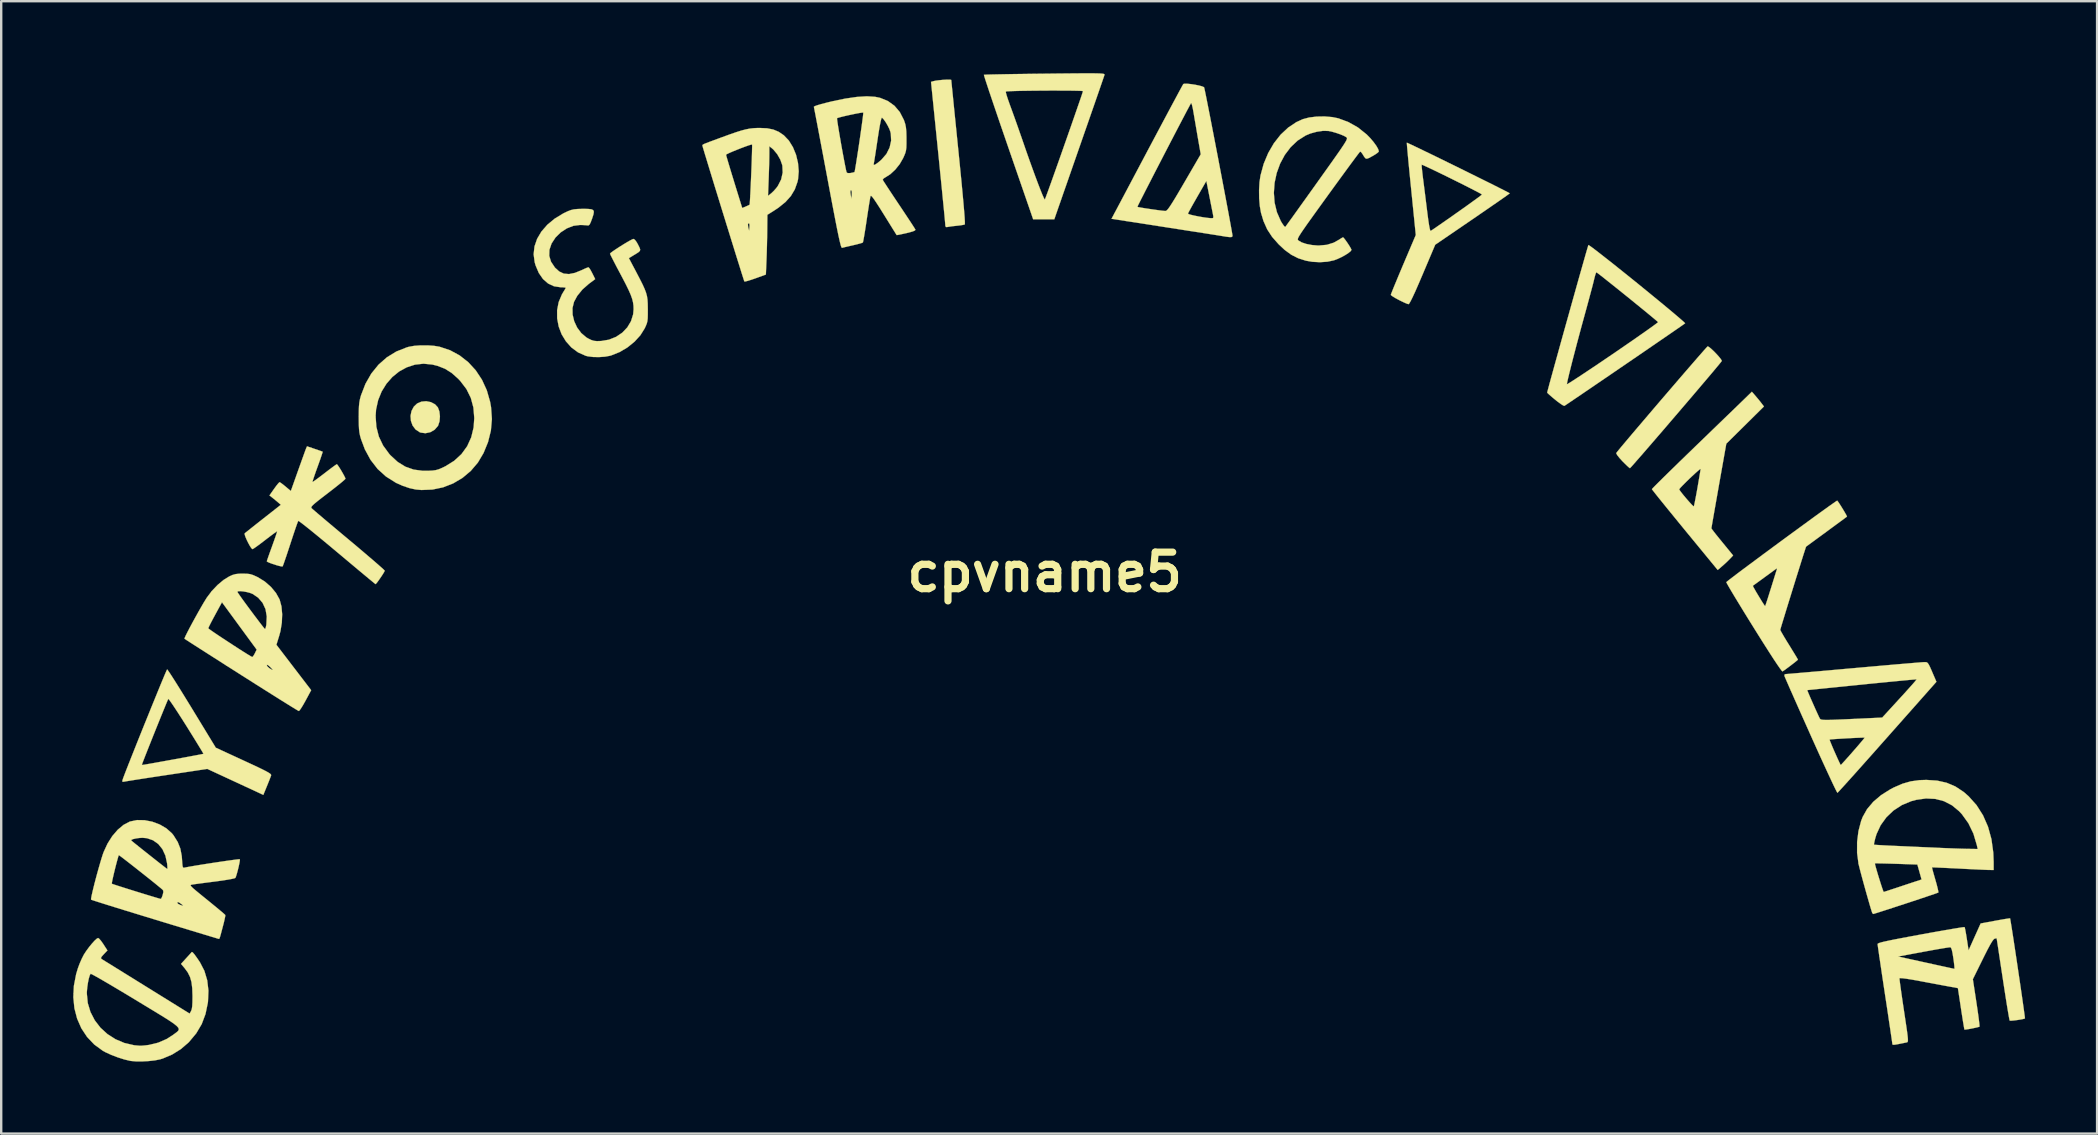
<source format=kicad_pcb>
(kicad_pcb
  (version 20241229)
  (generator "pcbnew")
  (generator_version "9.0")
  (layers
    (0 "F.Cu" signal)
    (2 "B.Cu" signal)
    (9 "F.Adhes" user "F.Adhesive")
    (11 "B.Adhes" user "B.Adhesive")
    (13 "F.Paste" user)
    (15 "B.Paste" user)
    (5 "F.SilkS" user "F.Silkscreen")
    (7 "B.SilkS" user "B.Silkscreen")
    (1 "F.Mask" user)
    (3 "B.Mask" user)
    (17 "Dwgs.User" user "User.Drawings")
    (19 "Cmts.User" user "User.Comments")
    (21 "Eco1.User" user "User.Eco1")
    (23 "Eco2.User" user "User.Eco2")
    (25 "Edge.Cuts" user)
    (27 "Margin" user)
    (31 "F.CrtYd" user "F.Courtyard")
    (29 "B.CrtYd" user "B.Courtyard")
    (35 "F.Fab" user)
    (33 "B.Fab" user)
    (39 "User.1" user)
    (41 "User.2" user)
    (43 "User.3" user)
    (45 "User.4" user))
  (footprint "cpvname5"
    (layer "F.Cu")
    (at 40.47 20.785)
    (property "Reference" "cpvname5" (at 0 0 0) (layer "F.SilkS") (effects (font (size 1.524 1.524) (thickness 0.3))))
    (attr through_hole)
    (fp_poly (pts (xy -25.568 -7.082) (xy -25.397 -6.992) (xy -25.278 -6.863) (xy -25.216 -6.695) (xy -25.193 -6.491) (xy -25.209 -6.284) (xy -25.266 -6.11) (xy -25.277 -6.089) (xy -25.415 -5.932) (xy -25.595 -5.829) (xy -25.797 -5.787) (xy -25.997 -5.814) (xy -26.035 -5.828) (xy -26.208 -5.943) (xy -26.331 -6.106) (xy -26.401 -6.301) (xy -26.417 -6.509) (xy -26.377 -6.713) (xy -26.28 -6.895) (xy -26.142 -7.026) (xy -25.963 -7.103) (xy -25.764 -7.121) (xy -25.568 -7.082)) (stroke (width 0.01) (type solid)) (fill yes) (layer "F.SilkS"))
    (fp_poly (pts (xy -3.902 -20.51) (xy -3.891 -20.502) (xy -3.887 -20.456) (xy -3.875 -20.333) (xy -3.856 -20.141) (xy -3.83 -19.886) (xy -3.799 -19.575) (xy -3.763 -19.214) (xy -3.722 -18.81) (xy -3.677 -18.37) (xy -3.63 -17.9) (xy -3.588 -17.489) (xy -3.524 -16.849) (xy -3.468 -16.284) (xy -3.422 -15.793) (xy -3.384 -15.379) (xy -3.355 -15.041) (xy -3.335 -14.782) (xy -3.325 -14.603) (xy -3.324 -14.505) (xy -3.328 -14.485) (xy -3.387 -14.468) (xy -3.503 -14.449) (xy -3.652 -14.431) (xy -3.661 -14.43) (xy -3.821 -14.413) (xy -3.959 -14.394) (xy -4.046 -14.379) (xy -4.112 -14.375) (xy -4.137 -14.423) (xy -4.14 -14.476) (xy -4.145 -14.536) (xy -4.157 -14.672) (xy -4.176 -14.878) (xy -4.202 -15.145) (xy -4.234 -15.467) (xy -4.27 -15.837) (xy -4.311 -16.248) (xy -4.356 -16.693) (xy -4.403 -17.165) (xy -4.438 -17.509) (xy -4.734 -20.424) (xy -4.637 -20.453) (xy -4.534 -20.475) (xy -4.395 -20.493) (xy -4.241 -20.508) (xy -4.093 -20.516) (xy -3.973 -20.518) (xy -3.902 -20.51)) (stroke (width 0.01) (type solid)) (fill yes) (layer "F.SilkS"))
    (fp_poly (pts (xy 27.668 -9.385) (xy 27.754 -9.317) (xy 27.862 -9.217) (xy 27.977 -9.1) (xy 28.082 -8.984) (xy 28.164 -8.883) (xy 28.206 -8.814) (xy 28.208 -8.797) (xy 28.178 -8.756) (xy 28.1 -8.659) (xy 27.978 -8.513) (xy 27.819 -8.322) (xy 27.627 -8.095) (xy 27.407 -7.836) (xy 27.165 -7.551) (xy 26.907 -7.248) (xy 26.636 -6.931) (xy 26.36 -6.608) (xy 26.081 -6.283) (xy 25.808 -5.964) (xy 25.543 -5.657) (xy 25.293 -5.367) (xy 25.062 -5.1) (xy 24.857 -4.863) (xy 24.681 -4.663) (xy 24.542 -4.504) (xy 24.443 -4.393) (xy 24.389 -4.337) (xy 24.382 -4.33) (xy 24.343 -4.358) (xy 24.26 -4.433) (xy 24.148 -4.542) (xy 24.072 -4.618) (xy 23.946 -4.756) (xy 23.857 -4.868) (xy 23.814 -4.943) (xy 23.813 -4.962) (xy 23.844 -5.004) (xy 23.923 -5.101) (xy 24.045 -5.249) (xy 24.206 -5.44) (xy 24.399 -5.669) (xy 24.619 -5.929) (xy 24.862 -6.214) (xy 25.121 -6.518) (xy 25.391 -6.835) (xy 25.668 -7.159) (xy 25.946 -7.483) (xy 26.22 -7.801) (xy 26.483 -8.108) (xy 26.732 -8.396) (xy 26.961 -8.66) (xy 27.164 -8.894) (xy 27.336 -9.091) (xy 27.472 -9.246) (xy 27.567 -9.351) (xy 27.615 -9.402) (xy 27.619 -9.405) (xy 27.668 -9.385)) (stroke (width 0.01) (type solid)) (fill yes) (layer "F.SilkS"))
    (fp_poly (pts (xy 29.607 -7.349) (xy 29.716 -7.22) (xy 29.822 -7.089) (xy 29.858 -7.042) (xy 29.965 -6.902) (xy 28.397 -5.351) (xy 28.086 -3.602) (xy 28.021 -3.231) (xy 27.96 -2.886) (xy 27.905 -2.574) (xy 27.858 -2.306) (xy 27.82 -2.089) (xy 27.793 -1.931) (xy 27.778 -1.842) (xy 27.776 -1.826) (xy 27.801 -1.786) (xy 27.87 -1.694) (xy 27.975 -1.56) (xy 28.108 -1.395) (xy 28.229 -1.247) (xy 28.681 -0.695) (xy 28.546 -0.552) (xy 28.434 -0.44) (xy 28.298 -0.314) (xy 28.225 -0.25) (xy 28.039 -0.09) (xy 26.668 -1.758) (xy 26.405 -2.079) (xy 26.159 -2.381) (xy 25.934 -2.657) (xy 25.735 -2.903) (xy 25.567 -3.111) (xy 25.436 -3.276) (xy 25.346 -3.391) (xy 25.304 -3.448) (xy 26.434 -3.448) (xy 26.469 -3.392) (xy 26.541 -3.296) (xy 26.638 -3.176) (xy 26.747 -3.047) (xy 26.855 -2.924) (xy 26.948 -2.822) (xy 27.015 -2.756) (xy 27.042 -2.739) (xy 27.057 -2.788) (xy 27.082 -2.905) (xy 27.116 -3.077) (xy 27.156 -3.291) (xy 27.197 -3.519) (xy 27.238 -3.759) (xy 27.274 -3.971) (xy 27.303 -4.142) (xy 27.321 -4.257) (xy 27.326 -4.302) (xy 27.298 -4.287) (xy 27.221 -4.224) (xy 27.105 -4.121) (xy 26.96 -3.987) (xy 26.875 -3.907) (xy 26.719 -3.755) (xy 26.588 -3.624) (xy 26.491 -3.522) (xy 26.44 -3.46) (xy 26.434 -3.448) (xy 25.304 -3.448) (xy 25.301 -3.451) (xy 25.298 -3.458) (xy 25.327 -3.492) (xy 25.41 -3.578) (xy 25.543 -3.711) (xy 25.72 -3.887) (xy 25.937 -4.1) (xy 26.189 -4.346) (xy 26.469 -4.62) (xy 26.775 -4.916) (xy 27.1 -5.231) (xy 27.182 -5.31) (xy 27.518 -5.634) (xy 27.84 -5.946) (xy 28.144 -6.24) (xy 28.424 -6.51) (xy 28.674 -6.751) (xy 28.888 -6.958) (xy 29.06 -7.125) (xy 29.186 -7.247) (xy 29.259 -7.317) (xy 29.264 -7.323) (xy 29.462 -7.516) (xy 29.607 -7.349)) (stroke (width 0.01) (type solid)) (fill yes) (layer "F.SilkS"))
    (fp_poly (pts (xy -25.436 -9.428) (xy -25.208 -9.39) (xy -24.77 -9.244) (xy -24.37 -9.027) (xy -24.011 -8.745) (xy -23.7 -8.406) (xy -23.441 -8.014) (xy -23.24 -7.576) (xy -23.103 -7.098) (xy -23.063 -6.873) (xy -23.028 -6.378) (xy -23.07 -5.896) (xy -23.189 -5.418) (xy -23.376 -4.962) (xy -23.612 -4.564) (xy -23.907 -4.218) (xy -24.252 -3.928) (xy -24.639 -3.698) (xy -25.058 -3.534) (xy -25.501 -3.441) (xy -25.959 -3.422) (xy -26.199 -3.443) (xy -26.456 -3.499) (xy -26.741 -3.595) (xy -27.02 -3.719) (xy -27.036 -3.728) (xy -27.44 -3.983) (xy -27.789 -4.299) (xy -28.082 -4.677) (xy -28.32 -5.115) (xy -28.479 -5.54) (xy -28.519 -5.68) (xy -28.546 -5.813) (xy -28.563 -5.959) (xy -28.572 -6.139) (xy -28.575 -6.376) (xy -28.575 -6.454) (xy -28.575 -6.496) (xy -27.872 -6.496) (xy -27.841 -6.053) (xy -27.738 -5.648) (xy -27.56 -5.274) (xy -27.306 -4.927) (xy -27.255 -4.869) (xy -26.955 -4.593) (xy -26.636 -4.395) (xy -26.288 -4.272) (xy -25.904 -4.221) (xy -25.695 -4.221) (xy -25.505 -4.231) (xy -25.363 -4.25) (xy -25.236 -4.287) (xy -25.092 -4.349) (xy -24.963 -4.412) (xy -24.598 -4.639) (xy -24.295 -4.918) (xy -24.058 -5.245) (xy -23.889 -5.616) (xy -23.789 -6.028) (xy -23.762 -6.418) (xy -23.798 -6.857) (xy -23.906 -7.258) (xy -24.088 -7.626) (xy -24.347 -7.966) (xy -24.434 -8.058) (xy -24.705 -8.299) (xy -24.982 -8.473) (xy -25.29 -8.593) (xy -25.51 -8.648) (xy -25.877 -8.684) (xy -26.234 -8.644) (xy -26.575 -8.533) (xy -26.891 -8.36) (xy -27.176 -8.129) (xy -27.421 -7.849) (xy -27.621 -7.526) (xy -27.767 -7.166) (xy -27.853 -6.777) (xy -27.872 -6.496) (xy -28.575 -6.496) (xy -28.573 -6.711) (xy -28.566 -6.905) (xy -28.551 -7.059) (xy -28.527 -7.194) (xy -28.491 -7.331) (xy -28.479 -7.37) (xy -28.294 -7.848) (xy -28.051 -8.273) (xy -27.753 -8.641) (xy -27.405 -8.948) (xy -27.011 -9.19) (xy -26.575 -9.363) (xy -26.486 -9.388) (xy -26.267 -9.427) (xy -25.998 -9.447) (xy -25.711 -9.447) (xy -25.436 -9.428)) (stroke (width 0.01) (type solid)) (fill yes) (layer "F.SilkS"))
    (fp_poly (pts (xy -36.529 4.085) (xy -36.463 4.181) (xy -36.362 4.334) (xy -36.232 4.538) (xy -36.077 4.785) (xy -35.901 5.068) (xy -35.709 5.38) (xy -35.526 5.678) (xy -34.53 7.314) (xy -33.366 7.851) (xy -33.038 8.003) (xy -32.777 8.125) (xy -32.577 8.222) (xy -32.43 8.297) (xy -32.329 8.354) (xy -32.265 8.397) (xy -32.233 8.43) (xy -32.224 8.458) (xy -32.227 8.471) (xy -32.253 8.544) (xy -32.303 8.672) (xy -32.367 8.833) (xy -32.401 8.916) (xy -32.55 9.28) (xy -33.717 8.738) (xy -34.884 8.197) (xy -36.584 8.453) (xy -36.95 8.508) (xy -37.293 8.56) (xy -37.603 8.608) (xy -37.872 8.65) (xy -38.091 8.685) (xy -38.252 8.711) (xy -38.344 8.727) (xy -38.362 8.731) (xy -38.416 8.735) (xy -38.421 8.686) (xy -38.414 8.655) (xy -38.391 8.587) (xy -38.341 8.454) (xy -38.268 8.263) (xy -38.174 8.025) (xy -37.609 8.025) (xy -37.606 8.029) (xy -37.591 8.031) (xy -37.557 8.028) (xy -37.496 8.019) (xy -37.399 8.002) (xy -37.259 7.978) (xy -37.068 7.944) (xy -36.819 7.899) (xy -36.503 7.842) (xy -36.199 7.787) (xy -35.904 7.733) (xy -35.636 7.683) (xy -35.407 7.64) (xy -35.225 7.606) (xy -35.101 7.581) (xy -35.047 7.569) (xy -35.045 7.568) (xy -35.063 7.532) (xy -35.121 7.434) (xy -35.213 7.282) (xy -35.334 7.085) (xy -35.478 6.851) (xy -35.642 6.588) (xy -35.757 6.403) (xy -35.931 6.128) (xy -36.092 5.878) (xy -36.234 5.661) (xy -36.352 5.485) (xy -36.441 5.359) (xy -36.494 5.29) (xy -36.508 5.279) (xy -36.529 5.322) (xy -36.576 5.432) (xy -36.644 5.597) (xy -36.73 5.807) (xy -36.83 6.052) (xy -36.938 6.32) (xy -37.051 6.6) (xy -37.164 6.882) (xy -37.273 7.156) (xy -37.374 7.409) (xy -37.462 7.633) (xy -37.533 7.815) (xy -37.583 7.945) (xy -37.607 8.012) (xy -37.608 8.019) (xy -37.609 8.025) (xy -38.174 8.025) (xy -38.173 8.023) (xy -38.062 7.741) (xy -37.937 7.427) (xy -37.802 7.087) (xy -37.659 6.731) (xy -37.513 6.367) (xy -37.365 6.003) (xy -37.221 5.646) (xy -37.082 5.306) (xy -36.953 4.989) (xy -36.837 4.706) (xy -36.736 4.463) (xy -36.655 4.269) (xy -36.596 4.133) (xy -36.563 4.061) (xy -36.557 4.052) (xy -36.529 4.085)) (stroke (width 0.01) (type solid)) (fill yes) (layer "F.SilkS"))
    (fp_poly (pts (xy 15.127 -17.875) (xy 15.231 -17.827) (xy 15.392 -17.751) (xy 15.604 -17.65) (xy 15.857 -17.527) (xy 16.145 -17.388) (xy 16.458 -17.235) (xy 16.79 -17.072) (xy 17.132 -16.905) (xy 17.476 -16.735) (xy 17.814 -16.568) (xy 18.139 -16.407) (xy 18.442 -16.257) (xy 18.717 -16.12) (xy 18.953 -16.001) (xy 19.145 -15.904) (xy 19.283 -15.833) (xy 19.36 -15.791) (xy 19.374 -15.781) (xy 19.341 -15.755) (xy 19.247 -15.686) (xy 19.098 -15.581) (xy 18.901 -15.443) (xy 18.663 -15.279) (xy 18.391 -15.091) (xy 18.091 -14.885) (xy 17.822 -14.7) (xy 16.27 -13.64) (xy 15.745 -12.401) (xy 15.578 -12.011) (xy 15.44 -11.696) (xy 15.329 -11.456) (xy 15.246 -11.289) (xy 15.189 -11.191) (xy 15.158 -11.163) (xy 15.096 -11.181) (xy 14.981 -11.23) (xy 14.834 -11.3) (xy 14.759 -11.338) (xy 14.611 -11.418) (xy 14.496 -11.488) (xy 14.43 -11.538) (xy 14.421 -11.552) (xy 14.436 -11.599) (xy 14.481 -11.713) (xy 14.55 -11.885) (xy 14.641 -12.104) (xy 14.748 -12.363) (xy 14.869 -12.65) (xy 14.941 -12.82) (xy 15.461 -14.045) (xy 15.268 -15.961) (xy 15.229 -16.35) (xy 15.193 -16.714) (xy 15.172 -16.931) (xy 15.704 -16.931) (xy 15.714 -16.819) (xy 15.732 -16.653) (xy 15.756 -16.447) (xy 15.773 -16.319) (xy 15.808 -16.043) (xy 15.849 -15.719) (xy 15.891 -15.379) (xy 15.931 -15.058) (xy 15.946 -14.937) (xy 15.982 -14.662) (xy 16.015 -14.447) (xy 16.044 -14.298) (xy 16.068 -14.222) (xy 16.078 -14.214) (xy 16.121 -14.241) (xy 16.223 -14.309) (xy 16.375 -14.414) (xy 16.569 -14.548) (xy 16.796 -14.706) (xy 17.048 -14.883) (xy 17.165 -14.966) (xy 17.424 -15.148) (xy 17.659 -15.316) (xy 17.864 -15.464) (xy 18.03 -15.584) (xy 18.148 -15.673) (xy 18.21 -15.723) (xy 18.218 -15.731) (xy 18.185 -15.755) (xy 18.088 -15.809) (xy 17.937 -15.888) (xy 17.743 -15.988) (xy 17.517 -16.103) (xy 17.268 -16.228) (xy 17.007 -16.358) (xy 16.744 -16.488) (xy 16.49 -16.612) (xy 16.254 -16.726) (xy 16.048 -16.824) (xy 15.881 -16.902) (xy 15.765 -16.954) (xy 15.708 -16.975) (xy 15.705 -16.975) (xy 15.704 -16.931) (xy 15.172 -16.931) (xy 15.161 -17.044) (xy 15.134 -17.331) (xy 15.113 -17.567) (xy 15.097 -17.745) (xy 15.089 -17.855) (xy 15.088 -17.89) (xy 15.127 -17.875)) (stroke (width 0.01) (type solid)) (fill yes) (layer "F.SilkS"))
    (fp_poly (pts (xy 2.075 -20.779) (xy 2.225 -20.776) (xy 2.335 -20.772) (xy 2.41 -20.765) (xy 2.458 -20.757) (xy 2.483 -20.746) (xy 2.493 -20.733) (xy 2.492 -20.717) (xy 2.491 -20.712) (xy 2.474 -20.66) (xy 2.432 -20.537) (xy 2.367 -20.348) (xy 2.281 -20.099) (xy 2.177 -19.799) (xy 2.057 -19.452) (xy 1.922 -19.065) (xy 1.776 -18.645) (xy 1.62 -18.199) (xy 1.496 -17.842) (xy 1.334 -17.377) (xy 1.178 -16.93) (xy 1.032 -16.51) (xy 0.897 -16.123) (xy 0.775 -15.775) (xy 0.671 -15.474) (xy 0.584 -15.227) (xy 0.519 -15.039) (xy 0.477 -14.918) (xy 0.462 -14.876) (xy 0.402 -14.699) (xy -0.479 -14.699) (xy -1.516 -17.698) (xy -1.68 -18.176) (xy -1.837 -18.631) (xy -1.982 -19.057) (xy -2.115 -19.448) (xy -2.233 -19.798) (xy -2.308 -20.021) (xy -1.618 -20.021) (xy -1.615 -19.975) (xy -1.585 -19.865) (xy -1.534 -19.707) (xy -1.467 -19.516) (xy -1.439 -19.438) (xy -1.362 -19.229) (xy -1.266 -18.963) (xy -1.158 -18.66) (xy -1.047 -18.342) (xy -0.938 -18.031) (xy -0.909 -17.947) (xy -0.765 -17.53) (xy -0.625 -17.134) (xy -0.492 -16.766) (xy -0.37 -16.433) (xy -0.26 -16.141) (xy -0.165 -15.897) (xy -0.089 -15.709) (xy -0.032 -15.583) (xy 0.001 -15.526) (xy 0.007 -15.524) (xy 0.026 -15.567) (xy 0.069 -15.682) (xy 0.135 -15.861) (xy 0.22 -16.097) (xy 0.323 -16.384) (xy 0.44 -16.713) (xy 0.57 -17.079) (xy 0.709 -17.473) (xy 0.816 -17.778) (xy 0.96 -18.188) (xy 1.096 -18.576) (xy 1.22 -18.933) (xy 1.331 -19.253) (xy 1.426 -19.527) (xy 1.503 -19.75) (xy 1.558 -19.914) (xy 1.59 -20.013) (xy 1.598 -20.038) (xy 1.559 -20.046) (xy 1.448 -20.052) (xy 1.277 -20.056) (xy 1.056 -20.06) (xy 0.796 -20.061) (xy 0.507 -20.062) (xy 0.201 -20.062) (xy -0.113 -20.06) (xy -0.423 -20.058) (xy -0.719 -20.054) (xy -0.991 -20.05) (xy -1.226 -20.044) (xy -1.416 -20.038) (xy -1.549 -20.031) (xy -1.614 -20.023) (xy -1.618 -20.021) (xy -2.308 -20.021) (xy -2.335 -20.101) (xy -2.417 -20.35) (xy -2.479 -20.539) (xy -2.517 -20.664) (xy -2.531 -20.716) (xy -2.531 -20.718) (xy -2.487 -20.722) (xy -2.369 -20.727) (xy -2.183 -20.732) (xy -1.936 -20.737) (xy -1.635 -20.743) (xy -1.288 -20.749) (xy -0.902 -20.754) (xy -0.483 -20.76) (xy -0.039 -20.765) (xy 0.001 -20.765) (xy 0.517 -20.771) (xy 0.956 -20.775) (xy 1.326 -20.778) (xy 1.632 -20.78) (xy 1.88 -20.78) (xy 2.075 -20.779)) (stroke (width 0.01) (type solid)) (fill yes) (layer "F.SilkS"))
    (fp_poly (pts (xy 33.052 -2.937) (xy 33.113 -2.847) (xy 33.19 -2.726) (xy 33.272 -2.593) (xy 33.345 -2.469) (xy 33.4 -2.371) (xy 33.424 -2.318) (xy 33.424 -2.314) (xy 33.389 -2.288) (xy 33.299 -2.221) (xy 33.163 -2.121) (xy 32.994 -1.997) (xy 32.802 -1.856) (xy 32.598 -1.705) (xy 32.392 -1.554) (xy 32.196 -1.411) (xy 32.02 -1.282) (xy 31.876 -1.176) (xy 31.773 -1.101) (xy 31.724 -1.065) (xy 31.721 -1.063) (xy 31.706 -1.024) (xy 31.671 -0.914) (xy 31.616 -0.745) (xy 31.547 -0.526) (xy 31.466 -0.267) (xy 31.375 0.023) (xy 31.278 0.332) (xy 31.179 0.652) (xy 31.08 0.973) (xy 30.983 1.284) (xy 30.893 1.577) (xy 30.813 1.84) (xy 30.744 2.064) (xy 30.691 2.24) (xy 30.657 2.356) (xy 30.644 2.405) (xy 30.644 2.405) (xy 30.665 2.451) (xy 30.723 2.555) (xy 30.81 2.704) (xy 30.92 2.886) (xy 31.013 3.035) (xy 31.134 3.232) (xy 31.239 3.403) (xy 31.32 3.537) (xy 31.369 3.622) (xy 31.381 3.646) (xy 31.351 3.675) (xy 31.271 3.74) (xy 31.16 3.827) (xy 31.033 3.924) (xy 30.91 4.016) (xy 30.805 4.092) (xy 30.74 4.136) (xy 30.706 4.108) (xy 30.632 4.01) (xy 30.517 3.845) (xy 30.363 3.613) (xy 30.171 3.316) (xy 29.942 2.956) (xy 29.677 2.535) (xy 29.538 2.312) (xy 29.317 1.957) (xy 29.111 1.623) (xy 28.924 1.316) (xy 28.758 1.044) (xy 28.619 0.812) (xy 28.51 0.627) (xy 28.477 0.568) (xy 29.502 0.568) (xy 29.517 0.605) (xy 29.566 0.694) (xy 29.638 0.821) (xy 29.725 0.966) (xy 29.815 1.115) (xy 29.899 1.25) (xy 29.966 1.354) (xy 30.007 1.41) (xy 30.013 1.416) (xy 30.029 1.378) (xy 30.065 1.273) (xy 30.117 1.114) (xy 30.181 0.911) (xy 30.254 0.679) (xy 30.255 0.677) (xy 30.329 0.439) (xy 30.395 0.227) (xy 30.449 0.054) (xy 30.487 -0.067) (xy 30.504 -0.12) (xy 30.504 -0.156) (xy 30.471 -0.138) (xy 30.419 -0.1) (xy 30.315 -0.023) (xy 30.173 0.081) (xy 30.006 0.202) (xy 29.968 0.23) (xy 29.802 0.351) (xy 29.661 0.453) (xy 29.558 0.528) (xy 29.505 0.566) (xy 29.502 0.568) (xy 28.477 0.568) (xy 28.436 0.497) (xy 28.4 0.427) (xy 28.397 0.418) (xy 28.432 0.386) (xy 28.527 0.311) (xy 28.675 0.198) (xy 28.869 0.05) (xy 29.104 -0.126) (xy 29.372 -0.326) (xy 29.668 -0.545) (xy 29.984 -0.78) (xy 30.314 -1.023) (xy 30.652 -1.272) (xy 30.991 -1.521) (xy 31.325 -1.765) (xy 31.646 -2) (xy 31.949 -2.221) (xy 32.227 -2.423) (xy 32.473 -2.6) (xy 32.682 -2.75) (xy 32.846 -2.865) (xy 32.958 -2.943) (xy 33.013 -2.978) (xy 33.017 -2.979) (xy 33.052 -2.937)) (stroke (width 0.01) (type solid)) (fill yes) (layer "F.SilkS"))
    (fp_poly (pts (xy 22.689 -13.608) (xy 22.784 -13.541) (xy 22.931 -13.43) (xy 23.126 -13.28) (xy 23.363 -13.094) (xy 23.637 -12.879) (xy 23.941 -12.636) (xy 24.271 -12.372) (xy 24.621 -12.09) (xy 24.698 -12.028) (xy 25.05 -11.741) (xy 25.381 -11.47) (xy 25.687 -11.219) (xy 25.962 -10.991) (xy 26.2 -10.792) (xy 26.396 -10.626) (xy 26.545 -10.497) (xy 26.642 -10.41) (xy 26.681 -10.369) (xy 26.681 -10.366) (xy 26.64 -10.336) (xy 26.537 -10.264) (xy 26.38 -10.155) (xy 26.174 -10.013) (xy 25.927 -9.843) (xy 25.645 -9.65) (xy 25.335 -9.437) (xy 25.002 -9.209) (xy 24.654 -8.97) (xy 24.297 -8.726) (xy 23.938 -8.481) (xy 23.583 -8.238) (xy 23.238 -8.003) (xy 22.911 -7.78) (xy 22.607 -7.573) (xy 22.334 -7.387) (xy 22.097 -7.227) (xy 21.904 -7.096) (xy 21.761 -6.999) (xy 21.674 -6.942) (xy 21.65 -6.926) (xy 21.6 -6.944) (xy 21.504 -7.004) (xy 21.375 -7.098) (xy 21.269 -7.183) (xy 21.131 -7.297) (xy 21.021 -7.393) (xy 20.952 -7.458) (xy 20.935 -7.479) (xy 20.945 -7.526) (xy 20.977 -7.646) (xy 21.026 -7.828) (xy 21.754 -7.828) (xy 21.787 -7.842) (xy 21.882 -7.898) (xy 22.032 -7.994) (xy 22.232 -8.124) (xy 22.476 -8.285) (xy 22.757 -8.472) (xy 23.07 -8.682) (xy 23.408 -8.911) (xy 23.66 -9.082) (xy 24.013 -9.324) (xy 24.344 -9.552) (xy 24.648 -9.762) (xy 24.918 -9.951) (xy 25.148 -10.113) (xy 25.333 -10.245) (xy 25.465 -10.342) (xy 25.54 -10.4) (xy 25.555 -10.415) (xy 25.521 -10.447) (xy 25.431 -10.524) (xy 25.294 -10.639) (xy 25.118 -10.784) (xy 24.911 -10.954) (xy 24.681 -11.141) (xy 24.438 -11.339) (xy 24.188 -11.541) (xy 23.942 -11.739) (xy 23.706 -11.928) (xy 23.49 -12.1) (xy 23.302 -12.25) (xy 23.15 -12.369) (xy 23.043 -12.451) (xy 22.989 -12.49) (xy 22.984 -12.492) (xy 22.963 -12.454) (xy 22.93 -12.355) (xy 22.893 -12.213) (xy 22.883 -12.169) (xy 22.853 -12.046) (xy 22.804 -11.857) (xy 22.739 -11.614) (xy 22.663 -11.33) (xy 22.579 -11.02) (xy 22.49 -10.696) (xy 22.466 -10.608) (xy 22.368 -10.251) (xy 22.27 -9.886) (xy 22.173 -9.524) (xy 22.081 -9.172) (xy 21.995 -8.842) (xy 21.919 -8.541) (xy 21.854 -8.281) (xy 21.804 -8.071) (xy 21.77 -7.919) (xy 21.754 -7.836) (xy 21.754 -7.828) (xy 21.026 -7.828) (xy 21.026 -7.83) (xy 21.092 -8.071) (xy 21.172 -8.362) (xy 21.264 -8.696) (xy 21.366 -9.063) (xy 21.475 -9.458) (xy 21.59 -9.872) (xy 21.709 -10.298) (xy 21.83 -10.729) (xy 21.949 -11.156) (xy 22.066 -11.573) (xy 22.178 -11.972) (xy 22.283 -12.345) (xy 22.38 -12.685) (xy 22.465 -12.985) (xy 22.536 -13.236) (xy 22.593 -13.431) (xy 22.632 -13.563) (xy 22.651 -13.624) (xy 22.653 -13.628) (xy 22.689 -13.608)) (stroke (width 0.01) (type solid)) (fill yes) (layer "F.SilkS"))
    (fp_poly (pts (xy -39.387 15.273) (xy -39.312 15.359) (xy -39.225 15.481) (xy -39.213 15.5) (xy -39.045 15.76) (xy -39.197 15.919) (xy -39.283 16.015) (xy -39.315 16.073) (xy -39.299 16.108) (xy -39.288 16.116) (xy -39.242 16.145) (xy -39.133 16.213) (xy -38.967 16.315) (xy -38.752 16.449) (xy -38.495 16.608) (xy -38.201 16.79) (xy -37.879 16.99) (xy -37.534 17.204) (xy -37.424 17.272) (xy -35.621 18.39) (xy -35.56 18.283) (xy -35.532 18.208) (xy -35.513 18.092) (xy -35.503 17.921) (xy -35.5 17.681) (xy -35.5 17.655) (xy -35.511 17.335) (xy -35.543 17.077) (xy -35.604 16.864) (xy -35.697 16.677) (xy -35.828 16.498) (xy -35.831 16.495) (xy -35.979 16.32) (xy -35.762 16.082) (xy -35.657 15.967) (xy -35.575 15.876) (xy -35.532 15.827) (xy -35.529 15.824) (xy -35.493 15.839) (xy -35.419 15.925) (xy -35.308 16.078) (xy -35.188 16.257) (xy -35.005 16.61) (xy -34.887 17.005) (xy -34.837 17.433) (xy -34.855 17.883) (xy -34.862 17.942) (xy -34.959 18.409) (xy -35.117 18.829) (xy -35.344 19.212) (xy -35.645 19.573) (xy -35.662 19.591) (xy -35.983 19.868) (xy -36.349 20.096) (xy -36.736 20.261) (xy -36.85 20.296) (xy -37.063 20.339) (xy -37.323 20.368) (xy -37.598 20.383) (xy -37.858 20.382) (xy -38.073 20.363) (xy -38.098 20.359) (xy -38.343 20.3) (xy -38.618 20.213) (xy -38.893 20.107) (xy -39.134 19.996) (xy -39.236 19.94) (xy -39.593 19.679) (xy -39.892 19.364) (xy -40.131 19.003) (xy -40.307 18.602) (xy -40.42 18.169) (xy -40.465 17.71) (xy -40.458 17.552) (xy -39.903 17.552) (xy -39.864 17.95) (xy -39.751 18.325) (xy -39.572 18.671) (xy -39.334 18.98) (xy -39.043 19.245) (xy -38.707 19.459) (xy -38.333 19.617) (xy -37.927 19.71) (xy -37.69 19.731) (xy -37.597 19.727) (xy -37.456 19.714) (xy -37.311 19.695) (xy -36.93 19.602) (xy -36.571 19.446) (xy -36.313 19.279) (xy -36.23 19.218) (xy -36.16 19.166) (xy -36.108 19.12) (xy -36.077 19.074) (xy -36.073 19.026) (xy -36.099 18.971) (xy -36.16 18.905) (xy -36.261 18.823) (xy -36.406 18.721) (xy -36.599 18.596) (xy -36.845 18.444) (xy -37.148 18.259) (xy -37.513 18.038) (xy -37.864 17.825) (xy -38.218 17.611) (xy -38.551 17.412) (xy -38.857 17.23) (xy -39.128 17.071) (xy -39.358 16.937) (xy -39.541 16.834) (xy -39.67 16.764) (xy -39.738 16.732) (xy -39.746 16.73) (xy -39.784 16.805) (xy -39.823 16.939) (xy -39.858 17.112) (xy -39.885 17.299) (xy -39.901 17.479) (xy -39.903 17.552) (xy -40.458 17.552) (xy -40.442 17.233) (xy -40.348 16.745) (xy -40.274 16.499) (xy -40.201 16.304) (xy -40.114 16.105) (xy -40.031 15.942) (xy -40.02 15.923) (xy -39.923 15.775) (xy -39.808 15.619) (xy -39.689 15.473) (xy -39.578 15.351) (xy -39.487 15.269) (xy -39.433 15.24) (xy -39.387 15.273)) (stroke (width 0.01) (type solid)) (fill yes) (layer "F.SilkS"))
    (fp_poly (pts (xy 5.95 -20.346) (xy 6.102 -20.33) (xy 6.267 -20.305) (xy 6.425 -20.273) (xy 6.554 -20.239) (xy 6.631 -20.206) (xy 6.642 -20.195) (xy 6.655 -20.146) (xy 6.681 -20.024) (xy 6.72 -19.835) (xy 6.769 -19.587) (xy 6.828 -19.289) (xy 6.895 -18.949) (xy 6.968 -18.573) (xy 7.046 -18.17) (xy 7.127 -17.748) (xy 7.211 -17.314) (xy 7.294 -16.877) (xy 7.377 -16.443) (xy 7.457 -16.022) (xy 7.533 -15.62) (xy 7.603 -15.246) (xy 7.667 -14.907) (xy 7.721 -14.611) (xy 7.766 -14.366) (xy 7.799 -14.179) (xy 7.819 -14.059) (xy 7.825 -14.016) (xy 7.815 -13.978) (xy 7.776 -13.959) (xy 7.695 -13.958) (xy 7.558 -13.975) (xy 7.395 -14.002) (xy 7.307 -14.016) (xy 7.148 -14.042) (xy 6.924 -14.077) (xy 6.645 -14.121) (xy 6.319 -14.172) (xy 5.955 -14.228) (xy 5.561 -14.29) (xy 5.146 -14.354) (xy 4.967 -14.382) (xy 2.785 -14.72) (xy 2.899 -14.935) (xy 5.969 -14.935) (xy 6.004 -14.913) (xy 6.101 -14.884) (xy 6.244 -14.851) (xy 6.413 -14.817) (xy 6.592 -14.786) (xy 6.762 -14.761) (xy 6.904 -14.747) (xy 6.933 -14.745) (xy 7.007 -14.749) (xy 7.03 -14.785) (xy 7.017 -14.876) (xy 7 -14.963) (xy 6.97 -15.114) (xy 6.931 -15.311) (xy 6.887 -15.536) (xy 6.863 -15.655) (xy 6.736 -16.298) (xy 6.357 -15.638) (xy 6.236 -15.426) (xy 6.129 -15.237) (xy 6.045 -15.084) (xy 5.989 -14.979) (xy 5.969 -14.935) (xy 2.899 -14.935) (xy 3.049 -15.217) (xy 3.862 -15.217) (xy 3.909 -15.205) (xy 4.019 -15.185) (xy 4.174 -15.159) (xy 4.356 -15.132) (xy 4.547 -15.104) (xy 4.729 -15.079) (xy 4.884 -15.059) (xy 4.993 -15.048) (xy 5.034 -15.046) (xy 5.067 -15.057) (xy 5.108 -15.092) (xy 5.161 -15.156) (xy 5.232 -15.258) (xy 5.325 -15.403) (xy 5.445 -15.598) (xy 5.595 -15.851) (xy 5.781 -16.168) (xy 5.817 -16.23) (xy 6.502 -17.408) (xy 6.384 -18.083) (xy 6.338 -18.351) (xy 6.291 -18.627) (xy 6.246 -18.886) (xy 6.21 -19.101) (xy 6.199 -19.166) (xy 6.168 -19.334) (xy 6.138 -19.461) (xy 6.112 -19.532) (xy 6.099 -19.54) (xy 6.074 -19.498) (xy 6.017 -19.391) (xy 5.929 -19.227) (xy 5.817 -19.013) (xy 5.683 -18.758) (xy 5.532 -18.469) (xy 5.368 -18.154) (xy 5.195 -17.821) (xy 5.017 -17.478) (xy 4.839 -17.133) (xy 4.663 -16.793) (xy 4.495 -16.467) (xy 4.339 -16.162) (xy 4.197 -15.886) (xy 4.076 -15.648) (xy 3.977 -15.454) (xy 3.907 -15.313) (xy 3.868 -15.233) (xy 3.862 -15.217) (xy 3.049 -15.217) (xy 4.264 -17.51) (xy 4.501 -17.956) (xy 4.727 -18.381) (xy 4.939 -18.779) (xy 5.134 -19.145) (xy 5.309 -19.472) (xy 5.461 -19.755) (xy 5.586 -19.989) (xy 5.683 -20.167) (xy 5.747 -20.284) (xy 5.776 -20.334) (xy 5.777 -20.335) (xy 5.835 -20.349) (xy 5.95 -20.346)) (stroke (width 0.01) (type solid)) (fill yes) (layer "F.SilkS"))
    (fp_poly (pts (xy -33.232 0.066) (xy -33.099 0.083) (xy -32.975 0.122) (xy -32.824 0.19) (xy -32.767 0.218) (xy -32.486 0.393) (xy -32.232 0.616) (xy -32.024 0.867) (xy -31.877 1.13) (xy -31.868 1.153) (xy -31.794 1.429) (xy -31.765 1.753) (xy -31.779 2.102) (xy -31.836 2.456) (xy -31.888 2.648) (xy -32.005 3.026) (xy -31.281 3.972) (xy -30.557 4.918) (xy -30.791 5.353) (xy -30.886 5.522) (xy -30.97 5.66) (xy -31.035 5.753) (xy -31.07 5.786) (xy -31.112 5.764) (xy -31.217 5.702) (xy -31.38 5.602) (xy -31.594 5.469) (xy -31.856 5.306) (xy -32.157 5.117) (xy -32.493 4.905) (xy -32.858 4.675) (xy -33.246 4.428) (xy -33.465 4.29) (xy -33.863 4.036) (xy -34.116 3.875) (xy -32.405 3.875) (xy -32.373 3.937) (xy -32.296 4.002) (xy -32.293 4.004) (xy -32.206 4.057) (xy -32.169 4.076) (xy -32.16 4.072) (xy -32.16 4.068) (xy -32.186 4.034) (xy -32.253 3.964) (xy -32.283 3.935) (xy -32.365 3.866) (xy -32.403 3.863) (xy -32.405 3.875) (xy -34.116 3.875) (xy -34.24 3.796) (xy -34.591 3.572) (xy -34.909 3.369) (xy -35.191 3.189) (xy -35.428 3.037) (xy -35.617 2.916) (xy -35.75 2.83) (xy -35.823 2.782) (xy -35.835 2.774) (xy -35.823 2.732) (xy -35.777 2.63) (xy -35.702 2.481) (xy -35.627 2.338) (xy -34.843 2.338) (xy -34.81 2.368) (xy -34.719 2.434) (xy -34.58 2.53) (xy -34.405 2.648) (xy -34.204 2.781) (xy -33.989 2.922) (xy -33.771 3.064) (xy -33.561 3.2) (xy -33.37 3.322) (xy -33.209 3.422) (xy -33.088 3.495) (xy -33.02 3.532) (xy -33.011 3.536) (xy -32.976 3.504) (xy -32.924 3.422) (xy -32.904 3.383) (xy -32.827 3.227) (xy -33.55 2.241) (xy -34.273 1.254) (xy -34.558 1.777) (xy -34.66 1.967) (xy -34.746 2.131) (xy -34.808 2.256) (xy -34.84 2.328) (xy -34.843 2.338) (xy -35.627 2.338) (xy -35.605 2.295) (xy -35.493 2.086) (xy -35.372 1.866) (xy -35.249 1.645) (xy -35.13 1.437) (xy -35.023 1.253) (xy -34.932 1.106) (xy -34.903 1.06) (xy -34.72 0.818) (xy -33.631 0.818) (xy -33.63 0.824) (xy -33.6 0.874) (xy -33.53 0.975) (xy -33.429 1.118) (xy -33.304 1.29) (xy -33.164 1.48) (xy -33.017 1.678) (xy -32.873 1.87) (xy -32.74 2.046) (xy -32.626 2.195) (xy -32.539 2.305) (xy -32.488 2.364) (xy -32.48 2.371) (xy -32.458 2.336) (xy -32.434 2.243) (xy -32.424 2.184) (xy -32.407 1.845) (xy -32.459 1.542) (xy -32.58 1.28) (xy -32.765 1.064) (xy -32.991 0.91) (xy -33.101 0.866) (xy -33.237 0.83) (xy -33.378 0.804) (xy -33.504 0.792) (xy -33.595 0.796) (xy -33.631 0.818) (xy -34.72 0.818) (xy -34.695 0.785) (xy -34.455 0.533) (xy -34.204 0.323) (xy -33.974 0.181) (xy -33.832 0.117) (xy -33.704 0.081) (xy -33.555 0.065) (xy -33.407 0.063) (xy -33.232 0.066)) (stroke (width 0.01) (type solid)) (fill yes) (layer "F.SilkS"))
    (fp_poly (pts (xy -11.564 -18.49) (xy -11.303 -18.438) (xy -11.077 -18.343) (xy -10.866 -18.199) (xy -10.658 -17.981) (xy -10.487 -17.704) (xy -10.357 -17.387) (xy -10.276 -17.046) (xy -10.246 -16.699) (xy -10.274 -16.365) (xy -10.299 -16.254) (xy -10.409 -15.945) (xy -10.573 -15.67) (xy -10.798 -15.419) (xy -11.092 -15.181) (xy -11.271 -15.063) (xy -11.552 -14.886) (xy -11.558 -14.241) (xy -11.562 -13.949) (xy -11.569 -13.622) (xy -11.578 -13.298) (xy -11.588 -13.015) (xy -11.589 -12.997) (xy -11.614 -12.398) (xy -12.053 -12.238) (xy -12.229 -12.178) (xy -12.374 -12.133) (xy -12.473 -12.109) (xy -12.509 -12.108) (xy -12.526 -12.155) (xy -12.564 -12.273) (xy -12.622 -12.455) (xy -12.696 -12.693) (xy -12.786 -12.978) (xy -12.888 -13.305) (xy -12.999 -13.664) (xy -13.118 -14.047) (xy -13.242 -14.448) (xy -13.252 -14.48) (xy -12.362 -14.48) (xy -12.351 -14.379) (xy -12.346 -14.358) (xy -12.312 -14.22) (xy -12.299 -14.359) (xy -12.295 -14.46) (xy -12.306 -14.52) (xy -12.308 -14.522) (xy -12.346 -14.533) (xy -12.362 -14.48) (xy -13.252 -14.48) (xy -13.369 -14.858) (xy -13.496 -15.269) (xy -13.621 -15.675) (xy -13.742 -16.066) (xy -13.855 -16.435) (xy -13.959 -16.775) (xy -14.051 -17.077) (xy -14.129 -17.334) (xy -14.146 -17.388) (xy -13.274 -17.388) (xy -13.262 -17.339) (xy -13.228 -17.222) (xy -13.176 -17.046) (xy -13.109 -16.823) (xy -13.03 -16.563) (xy -12.942 -16.277) (xy -12.937 -16.258) (xy -12.6 -15.169) (xy -12.455 -15.23) (xy -12.357 -15.273) (xy -12.298 -15.304) (xy -12.292 -15.308) (xy -12.286 -15.352) (xy -12.278 -15.467) (xy -12.268 -15.64) (xy -12.266 -15.677) (xy -11.525 -15.677) (xy -11.386 -15.786) (xy -11.281 -15.886) (xy -11.167 -16.018) (xy -11.116 -16.088) (xy -10.978 -16.358) (xy -10.914 -16.644) (xy -10.927 -16.931) (xy -10.934 -16.963) (xy -11.013 -17.187) (xy -11.141 -17.412) (xy -11.298 -17.601) (xy -11.359 -17.655) (xy -11.471 -17.744) (xy -11.471 -17.415) (xy -11.473 -17.257) (xy -11.477 -17.039) (xy -11.484 -16.786) (xy -11.493 -16.519) (xy -11.498 -16.381) (xy -11.525 -15.677) (xy -12.266 -15.677) (xy -12.257 -15.859) (xy -12.245 -16.11) (xy -12.233 -16.382) (xy -12.221 -16.663) (xy -12.21 -16.938) (xy -12.201 -17.197) (xy -12.194 -17.426) (xy -12.189 -17.613) (xy -12.186 -17.745) (xy -12.188 -17.81) (xy -12.189 -17.815) (xy -12.233 -17.809) (xy -12.335 -17.778) (xy -12.479 -17.727) (xy -12.648 -17.664) (xy -12.824 -17.594) (xy -12.992 -17.526) (xy -13.134 -17.464) (xy -13.233 -17.416) (xy -13.273 -17.389) (xy -13.274 -17.388) (xy -14.146 -17.388) (xy -14.191 -17.538) (xy -14.234 -17.682) (xy -14.255 -17.757) (xy -14.257 -17.766) (xy -14.257 -17.783) (xy -14.251 -17.798) (xy -14.23 -17.815) (xy -14.183 -17.839) (xy -14.101 -17.872) (xy -13.975 -17.921) (xy -13.794 -17.988) (xy -13.55 -18.078) (xy -13.45 -18.115) (xy -13.12 -18.235) (xy -12.852 -18.328) (xy -12.633 -18.397) (xy -12.448 -18.445) (xy -12.284 -18.477) (xy -12.127 -18.495) (xy -11.963 -18.503) (xy -11.881 -18.504) (xy -11.564 -18.49)) (stroke (width 0.01) (type solid)) (fill yes) (layer "F.SilkS"))
    (fp_poly (pts (xy 11.984 -18.957) (xy 12.233 -18.906) (xy 12.653 -18.75) (xy 13.053 -18.524) (xy 13.409 -18.239) (xy 13.414 -18.235) (xy 13.568 -18.077) (xy 13.705 -17.914) (xy 13.817 -17.76) (xy 13.891 -17.63) (xy 13.92 -17.538) (xy 13.917 -17.517) (xy 13.873 -17.472) (xy 13.776 -17.404) (xy 13.647 -17.328) (xy 13.642 -17.325) (xy 13.507 -17.253) (xy 13.423 -17.222) (xy 13.365 -17.238) (xy 13.31 -17.305) (xy 13.243 -17.416) (xy 13.187 -17.492) (xy 13.144 -17.521) (xy 13.142 -17.52) (xy 13.112 -17.485) (xy 13.039 -17.39) (xy 12.926 -17.239) (xy 12.778 -17.04) (xy 12.6 -16.798) (xy 12.397 -16.52) (xy 12.172 -16.212) (xy 11.931 -15.88) (xy 11.799 -15.698) (xy 11.514 -15.304) (xy 11.274 -14.971) (xy 11.075 -14.694) (xy 10.914 -14.468) (xy 10.788 -14.287) (xy 10.692 -14.146) (xy 10.623 -14.039) (xy 10.578 -13.961) (xy 10.553 -13.906) (xy 10.545 -13.868) (xy 10.549 -13.843) (xy 10.563 -13.825) (xy 10.575 -13.814) (xy 10.709 -13.736) (xy 10.902 -13.672) (xy 11.13 -13.628) (xy 11.372 -13.607) (xy 11.428 -13.607) (xy 11.755 -13.636) (xy 12.04 -13.725) (xy 12.259 -13.847) (xy 12.355 -13.909) (xy 12.419 -13.945) (xy 12.431 -13.949) (xy 12.466 -13.917) (xy 12.53 -13.835) (xy 12.608 -13.725) (xy 12.685 -13.607) (xy 12.747 -13.503) (xy 12.78 -13.435) (xy 12.782 -13.425) (xy 12.747 -13.37) (xy 12.653 -13.294) (xy 12.518 -13.207) (xy 12.358 -13.12) (xy 12.192 -13.043) (xy 12.05 -12.99) (xy 11.781 -12.933) (xy 11.471 -12.912) (xy 11.152 -12.928) (xy 10.881 -12.975) (xy 10.562 -13.077) (xy 10.274 -13.223) (xy 9.996 -13.426) (xy 9.749 -13.657) (xy 9.477 -13.965) (xy 9.271 -14.279) (xy 9.116 -14.626) (xy 9.013 -14.968) (xy 8.964 -15.244) (xy 8.936 -15.569) (xy 8.933 -15.802) (xy 9.548 -15.802) (xy 9.579 -15.391) (xy 9.675 -14.995) (xy 9.837 -14.626) (xy 9.889 -14.539) (xy 9.956 -14.441) (xy 10.007 -14.385) (xy 10.024 -14.38) (xy 10.052 -14.418) (xy 10.123 -14.516) (xy 10.234 -14.669) (xy 10.379 -14.871) (xy 10.554 -15.115) (xy 10.755 -15.396) (xy 10.977 -15.706) (xy 11.216 -16.041) (xy 11.349 -16.227) (xy 11.632 -16.624) (xy 11.871 -16.959) (xy 12.068 -17.237) (xy 12.228 -17.465) (xy 12.354 -17.647) (xy 12.449 -17.789) (xy 12.517 -17.897) (xy 12.562 -17.975) (xy 12.586 -18.031) (xy 12.595 -18.068) (xy 12.59 -18.093) (xy 12.576 -18.11) (xy 12.567 -18.118) (xy 12.467 -18.176) (xy 12.314 -18.24) (xy 12.134 -18.302) (xy 11.954 -18.353) (xy 11.818 -18.38) (xy 11.596 -18.384) (xy 11.339 -18.347) (xy 11.077 -18.276) (xy 10.874 -18.192) (xy 10.54 -17.98) (xy 10.249 -17.706) (xy 10.004 -17.382) (xy 9.809 -17.019) (xy 9.666 -16.627) (xy 9.578 -16.218) (xy 9.548 -15.802) (xy 8.933 -15.802) (xy 8.932 -15.913) (xy 8.95 -16.244) (xy 8.991 -16.522) (xy 9.124 -17.009) (xy 9.312 -17.459) (xy 9.549 -17.867) (xy 9.829 -18.224) (xy 10.146 -18.521) (xy 10.493 -18.752) (xy 10.754 -18.87) (xy 11.018 -18.94) (xy 11.33 -18.978) (xy 11.661 -18.984) (xy 11.984 -18.957)) (stroke (width 0.01) (type solid)) (fill yes) (layer "F.SilkS"))
    (fp_poly (pts (xy 36.71 3.748) (xy 36.751 3.758) (xy 36.788 3.787) (xy 36.829 3.845) (xy 36.88 3.945) (xy 36.947 4.095) (xy 37.038 4.308) (xy 37.077 4.397) (xy 37.15 4.568) (xy 35.106 6.875) (xy 34.776 7.247) (xy 34.462 7.601) (xy 34.167 7.932) (xy 33.897 8.235) (xy 33.655 8.505) (xy 33.446 8.737) (xy 33.274 8.927) (xy 33.144 9.069) (xy 33.06 9.16) (xy 33.027 9.193) (xy 33.027 9.193) (xy 33.004 9.158) (xy 32.95 9.054) (xy 32.869 8.887) (xy 32.763 8.662) (xy 32.635 8.387) (xy 32.488 8.068) (xy 32.324 7.711) (xy 32.148 7.322) (xy 31.992 6.975) (xy 32.699 6.975) (xy 32.71 7.015) (xy 32.749 7.113) (xy 32.807 7.254) (xy 32.878 7.42) (xy 32.955 7.593) (xy 33.029 7.759) (xy 33.094 7.899) (xy 33.141 7.997) (xy 33.165 8.036) (xy 33.166 8.036) (xy 33.195 8.007) (xy 33.27 7.925) (xy 33.383 7.8) (xy 33.523 7.643) (xy 33.675 7.47) (xy 33.832 7.29) (xy 33.967 7.132) (xy 34.073 7.007) (xy 34.139 6.925) (xy 34.159 6.895) (xy 34.115 6.893) (xy 34.005 6.896) (xy 33.846 6.902) (xy 33.653 6.911) (xy 33.443 6.922) (xy 33.232 6.934) (xy 33.037 6.946) (xy 32.872 6.957) (xy 32.755 6.967) (xy 32.701 6.974) (xy 32.699 6.975) (xy 31.992 6.975) (xy 31.962 6.908) (xy 31.913 6.799) (xy 31.725 6.377) (xy 31.546 5.977) (xy 31.38 5.604) (xy 31.23 5.266) (xy 31.099 4.969) (xy 31.074 4.913) (xy 31.768 4.913) (xy 31.78 4.949) (xy 31.819 5.044) (xy 31.879 5.184) (xy 31.952 5.352) (xy 32.033 5.534) (xy 32.113 5.714) (xy 32.187 5.876) (xy 32.246 6.005) (xy 32.285 6.084) (xy 32.3 6.108) (xy 32.321 6.128) (xy 32.357 6.142) (xy 32.416 6.152) (xy 32.505 6.156) (xy 32.632 6.157) (xy 32.807 6.153) (xy 33.035 6.144) (xy 33.327 6.132) (xy 33.688 6.115) (xy 33.863 6.107) (xy 34.891 6.059) (xy 35.614 5.27) (xy 35.808 5.058) (xy 35.981 4.866) (xy 36.127 4.703) (xy 36.237 4.577) (xy 36.304 4.496) (xy 36.323 4.468) (xy 36.281 4.469) (xy 36.165 4.478) (xy 35.982 4.494) (xy 35.739 4.517) (xy 35.445 4.545) (xy 35.106 4.578) (xy 34.73 4.615) (xy 34.323 4.655) (xy 34.045 4.684) (xy 33.624 4.726) (xy 33.227 4.767) (xy 32.863 4.803) (xy 32.539 4.836) (xy 32.262 4.864) (xy 32.039 4.887) (xy 31.878 4.903) (xy 31.787 4.912) (xy 31.768 4.913) (xy 31.074 4.913) (xy 30.989 4.72) (xy 30.904 4.525) (xy 30.846 4.391) (xy 30.819 4.325) (xy 30.817 4.32) (xy 30.826 4.26) (xy 30.875 4.247) (xy 30.928 4.243) (xy 31.055 4.233) (xy 31.251 4.216) (xy 31.507 4.194) (xy 31.818 4.167) (xy 32.176 4.136) (xy 32.575 4.101) (xy 33.007 4.062) (xy 33.466 4.021) (xy 33.737 3.997) (xy 34.21 3.955) (xy 34.662 3.915) (xy 35.085 3.878) (xy 35.473 3.844) (xy 35.818 3.815) (xy 36.114 3.79) (xy 36.353 3.77) (xy 36.528 3.756) (xy 36.633 3.749) (xy 36.658 3.748) (xy 36.71 3.748)) (stroke (width 0.01) (type solid)) (fill yes) (layer "F.SilkS"))
    (fp_poly (pts (xy 37.18 8.685) (xy 37.579 8.775) (xy 37.942 8.93) (xy 38.282 9.155) (xy 38.492 9.338) (xy 38.823 9.708) (xy 39.092 10.132) (xy 39.299 10.605) (xy 39.442 11.123) (xy 39.519 11.684) (xy 39.534 12.07) (xy 39.534 12.409) (xy 39.36 12.407) (xy 39.273 12.405) (xy 39.116 12.398) (xy 38.904 12.389) (xy 38.649 12.377) (xy 38.363 12.363) (xy 38.08 12.348) (xy 37.788 12.334) (xy 37.524 12.321) (xy 37.3 12.311) (xy 37.124 12.303) (xy 37.009 12.299) (xy 36.965 12.299) (xy 36.965 12.299) (xy 36.973 12.34) (xy 37 12.445) (xy 37.043 12.599) (xy 37.097 12.787) (xy 37.105 12.816) (xy 37.16 13.009) (xy 37.201 13.172) (xy 37.227 13.289) (xy 37.233 13.345) (xy 37.232 13.346) (xy 37.19 13.363) (xy 37.081 13.402) (xy 36.916 13.458) (xy 36.705 13.529) (xy 36.461 13.611) (xy 36.193 13.7) (xy 35.912 13.793) (xy 35.63 13.885) (xy 35.358 13.974) (xy 35.106 14.056) (xy 34.885 14.127) (xy 34.707 14.184) (xy 34.582 14.223) (xy 34.521 14.24) (xy 34.517 14.241) (xy 34.482 14.208) (xy 34.473 14.189) (xy 34.441 14.092) (xy 34.392 13.931) (xy 34.331 13.72) (xy 34.261 13.475) (xy 34.187 13.212) (xy 34.113 12.945) (xy 34.044 12.691) (xy 33.983 12.464) (xy 33.936 12.28) (xy 33.906 12.156) (xy 33.902 12.137) (xy 33.902 12.134) (xy 34.587 12.134) (xy 34.593 12.177) (xy 34.62 12.281) (xy 34.663 12.43) (xy 34.715 12.606) (xy 34.773 12.794) (xy 34.83 12.976) (xy 34.882 13.135) (xy 34.924 13.255) (xy 34.95 13.318) (xy 34.954 13.324) (xy 34.995 13.311) (xy 35.102 13.277) (xy 35.262 13.224) (xy 35.466 13.157) (xy 35.699 13.08) (xy 35.748 13.063) (xy 36.531 12.804) (xy 36.444 12.492) (xy 36.356 12.18) (xy 35.478 12.151) (xy 35.219 12.143) (xy 34.989 12.137) (xy 34.8 12.133) (xy 34.664 12.132) (xy 34.594 12.133) (xy 34.587 12.134) (xy 33.902 12.134) (xy 33.845 11.696) (xy 33.846 11.354) (xy 34.55 11.354) (xy 34.592 11.359) (xy 34.706 11.367) (xy 34.879 11.377) (xy 35.1 11.389) (xy 35.359 11.401) (xy 35.584 11.411) (xy 35.919 11.426) (xy 36.277 11.442) (xy 36.633 11.458) (xy 36.963 11.472) (xy 37.244 11.485) (xy 37.322 11.489) (xy 37.595 11.5) (xy 37.876 11.511) (xy 38.14 11.52) (xy 38.361 11.526) (xy 38.454 11.528) (xy 38.87 11.534) (xy 38.833 11.37) (xy 38.69 10.89) (xy 38.483 10.462) (xy 38.213 10.086) (xy 38.094 9.958) (xy 37.797 9.713) (xy 37.466 9.542) (xy 37.104 9.447) (xy 36.716 9.428) (xy 36.305 9.486) (xy 36.104 9.54) (xy 35.712 9.703) (xy 35.364 9.929) (xy 35.066 10.212) (xy 34.827 10.543) (xy 34.654 10.915) (xy 34.599 11.097) (xy 34.568 11.228) (xy 34.55 11.321) (xy 34.55 11.354) (xy 33.846 11.354) (xy 33.846 11.238) (xy 33.902 10.788) (xy 34.012 10.369) (xy 34.076 10.202) (xy 34.26 9.874) (xy 34.518 9.568) (xy 34.846 9.289) (xy 35.238 9.042) (xy 35.375 8.971) (xy 35.737 8.814) (xy 36.083 8.715) (xy 36.446 8.665) (xy 36.732 8.656) (xy 37.18 8.685)) (stroke (width 0.01) (type solid)) (fill yes) (layer "F.SilkS"))
    (fp_poly (pts (xy -19.031 -15.132) (xy -18.887 -15.118) (xy -18.807 -15.082) (xy -18.78 -15.015) (xy -18.797 -14.906) (xy -18.848 -14.745) (xy -18.853 -14.731) (xy -18.912 -14.574) (xy -18.957 -14.483) (xy -18.999 -14.446) (xy -19.035 -14.444) (xy -19.117 -14.453) (xy -19.247 -14.46) (xy -19.357 -14.463) (xy -19.632 -14.428) (xy -19.905 -14.322) (xy -20.158 -14.157) (xy -20.376 -13.944) (xy -20.54 -13.694) (xy -20.543 -13.688) (xy -20.632 -13.428) (xy -20.639 -13.176) (xy -20.565 -12.933) (xy -20.408 -12.697) (xy -20.399 -12.685) (xy -20.224 -12.526) (xy -20.033 -12.436) (xy -19.817 -12.417) (xy -19.569 -12.467) (xy -19.3 -12.576) (xy -19.166 -12.638) (xy -19.061 -12.683) (xy -19.006 -12.7) (xy -19.006 -12.7) (xy -18.97 -12.666) (xy -18.912 -12.576) (xy -18.847 -12.454) (xy -18.725 -12.208) (xy -18.992 -12.008) (xy -19.258 -11.774) (xy -19.471 -11.512) (xy -19.607 -11.261) (xy -19.67 -11.004) (xy -19.666 -10.729) (xy -19.599 -10.452) (xy -19.478 -10.191) (xy -19.307 -9.961) (xy -19.094 -9.78) (xy -19.009 -9.73) (xy -18.88 -9.668) (xy -18.772 -9.635) (xy -18.65 -9.624) (xy -18.482 -9.629) (xy -18.476 -9.629) (xy -18.151 -9.684) (xy -17.855 -9.802) (xy -17.596 -9.976) (xy -17.386 -10.197) (xy -17.232 -10.456) (xy -17.143 -10.743) (xy -17.125 -10.951) (xy -17.129 -11.094) (xy -17.147 -11.232) (xy -17.182 -11.377) (xy -17.239 -11.539) (xy -17.322 -11.731) (xy -17.435 -11.964) (xy -17.583 -12.25) (xy -17.692 -12.456) (xy -17.816 -12.688) (xy -17.924 -12.896) (xy -18.012 -13.068) (xy -18.075 -13.193) (xy -18.105 -13.261) (xy -18.107 -13.268) (xy -18.074 -13.304) (xy -17.985 -13.37) (xy -17.856 -13.458) (xy -17.703 -13.557) (xy -17.542 -13.658) (xy -17.387 -13.751) (xy -17.256 -13.825) (xy -17.163 -13.871) (xy -17.13 -13.882) (xy -17.07 -13.847) (xy -16.991 -13.738) (xy -16.94 -13.645) (xy -16.88 -13.525) (xy -16.851 -13.445) (xy -16.861 -13.385) (xy -16.92 -13.328) (xy -17.034 -13.255) (xy -17.138 -13.193) (xy -17.322 -13.081) (xy -17.018 -12.506) (xy -16.868 -12.218) (xy -16.752 -11.988) (xy -16.667 -11.801) (xy -16.607 -11.643) (xy -16.568 -11.499) (xy -16.546 -11.353) (xy -16.536 -11.19) (xy -16.533 -10.997) (xy -16.532 -10.951) (xy -16.533 -10.732) (xy -16.537 -10.574) (xy -16.55 -10.458) (xy -16.574 -10.36) (xy -16.614 -10.261) (xy -16.663 -10.155) (xy -16.841 -9.87) (xy -17.084 -9.603) (xy -17.376 -9.365) (xy -17.702 -9.171) (xy -18.045 -9.033) (xy -18.108 -9.014) (xy -18.318 -8.976) (xy -18.563 -8.959) (xy -18.81 -8.963) (xy -19.027 -8.99) (xy -19.12 -9.013) (xy -19.439 -9.155) (xy -19.715 -9.359) (xy -19.943 -9.614) (xy -20.122 -9.907) (xy -20.245 -10.229) (xy -20.309 -10.568) (xy -20.311 -10.912) (xy -20.246 -11.25) (xy -20.111 -11.571) (xy -20.054 -11.666) (xy -19.993 -11.765) (xy -19.956 -11.832) (xy -19.951 -11.845) (xy -19.988 -11.858) (xy -20.083 -11.866) (xy -20.166 -11.868) (xy -20.44 -11.909) (xy -20.686 -12.024) (xy -20.899 -12.21) (xy -21.074 -12.463) (xy -21.207 -12.776) (xy -21.246 -12.913) (xy -21.289 -13.242) (xy -21.253 -13.569) (xy -21.144 -13.886) (xy -20.965 -14.189) (xy -20.72 -14.471) (xy -20.413 -14.726) (xy -20.049 -14.947) (xy -19.869 -15.033) (xy -19.739 -15.083) (xy -19.61 -15.114) (xy -19.454 -15.129) (xy -19.247 -15.134) (xy -19.031 -15.132)) (stroke (width 0.01) (type solid)) (fill yes) (layer "F.SilkS"))
    (fp_poly (pts (xy -30.41 -5.134) (xy -30.262 -5.083) (xy -30.146 -5.043) (xy -30.084 -5.019) (xy -30.078 -5.016) (xy -30.087 -4.976) (xy -30.121 -4.871) (xy -30.174 -4.715) (xy -30.243 -4.521) (xy -30.291 -4.388) (xy -30.367 -4.178) (xy -30.43 -3.996) (xy -30.476 -3.857) (xy -30.5 -3.774) (xy -30.502 -3.756) (xy -30.466 -3.775) (xy -30.378 -3.836) (xy -30.247 -3.932) (xy -30.087 -4.053) (xy -30.001 -4.119) (xy -29.829 -4.251) (xy -29.68 -4.363) (xy -29.566 -4.446) (xy -29.499 -4.491) (xy -29.487 -4.497) (xy -29.455 -4.464) (xy -29.396 -4.378) (xy -29.322 -4.261) (xy -29.247 -4.132) (xy -29.181 -4.013) (xy -29.138 -3.924) (xy -29.128 -3.891) (xy -29.159 -3.856) (xy -29.247 -3.778) (xy -29.382 -3.667) (xy -29.555 -3.529) (xy -29.757 -3.372) (xy -29.863 -3.29) (xy -30.103 -3.106) (xy -30.283 -2.965) (xy -30.411 -2.86) (xy -30.494 -2.784) (xy -30.539 -2.731) (xy -30.553 -2.695) (xy -30.544 -2.668) (xy -30.541 -2.666) (xy -30.499 -2.627) (xy -30.4 -2.541) (xy -30.25 -2.413) (xy -30.057 -2.249) (xy -29.826 -2.054) (xy -29.564 -1.834) (xy -29.278 -1.594) (xy -28.99 -1.353) (xy -28.688 -1.101) (xy -28.407 -0.863) (xy -28.153 -0.646) (xy -27.93 -0.456) (xy -27.747 -0.296) (xy -27.609 -0.174) (xy -27.522 -0.093) (xy -27.492 -0.06) (xy -27.513 -0.012) (xy -27.568 0.08) (xy -27.644 0.196) (xy -27.727 0.316) (xy -27.802 0.42) (xy -27.857 0.486) (xy -27.875 0.5) (xy -27.908 0.474) (xy -27.999 0.4) (xy -28.141 0.283) (xy -28.327 0.128) (xy -28.553 -0.06) (xy -28.812 -0.277) (xy -29.097 -0.516) (xy -29.403 -0.773) (xy -29.478 -0.835) (xy -29.788 -1.095) (xy -30.08 -1.337) (xy -30.346 -1.556) (xy -30.582 -1.748) (xy -30.78 -1.906) (xy -30.935 -2.027) (xy -31.041 -2.106) (xy -31.092 -2.137) (xy -31.095 -2.137) (xy -31.116 -2.089) (xy -31.158 -1.974) (xy -31.218 -1.802) (xy -31.291 -1.586) (xy -31.373 -1.337) (xy -31.422 -1.187) (xy -31.508 -0.925) (xy -31.586 -0.689) (xy -31.654 -0.492) (xy -31.705 -0.344) (xy -31.738 -0.257) (xy -31.747 -0.239) (xy -31.794 -0.238) (xy -31.894 -0.26) (xy -32.025 -0.297) (xy -32.164 -0.342) (xy -32.289 -0.388) (xy -32.376 -0.427) (xy -32.405 -0.451) (xy -32.391 -0.498) (xy -32.353 -0.609) (xy -32.297 -0.769) (xy -32.226 -0.965) (xy -32.183 -1.083) (xy -32.109 -1.291) (xy -32.046 -1.47) (xy -32.001 -1.606) (xy -31.977 -1.685) (xy -31.976 -1.7) (xy -32.011 -1.681) (xy -32.099 -1.619) (xy -32.229 -1.523) (xy -32.389 -1.402) (xy -32.475 -1.335) (xy -32.648 -1.203) (xy -32.799 -1.091) (xy -32.917 -1.008) (xy -32.988 -0.963) (xy -33.001 -0.958) (xy -33.043 -0.992) (xy -33.104 -1.081) (xy -33.173 -1.205) (xy -33.24 -1.341) (xy -33.295 -1.469) (xy -33.327 -1.567) (xy -33.327 -1.616) (xy -33.284 -1.651) (xy -33.186 -1.729) (xy -33.043 -1.843) (xy -32.864 -1.985) (xy -32.66 -2.146) (xy -32.554 -2.229) (xy -31.821 -2.805) (xy -31.919 -2.891) (xy -32.018 -2.975) (xy -32.135 -3.07) (xy -32.156 -3.087) (xy -32.294 -3.196) (xy -32.1 -3.472) (xy -32.007 -3.6) (xy -31.929 -3.696) (xy -31.88 -3.745) (xy -31.873 -3.748) (xy -31.827 -3.723) (xy -31.738 -3.658) (xy -31.625 -3.566) (xy -31.622 -3.564) (xy -31.404 -3.38) (xy -31.106 -4.219) (xy -31.015 -4.473) (xy -30.932 -4.705) (xy -30.861 -4.902) (xy -30.807 -5.051) (xy -30.774 -5.138) (xy -30.769 -5.151) (xy -30.73 -5.242) (xy -30.41 -5.134)) (stroke (width 0.01) (type solid)) (fill yes) (layer "F.SilkS"))
    (fp_poly (pts (xy 40.218 14.422) (xy 40.227 14.466) (xy 40.247 14.582) (xy 40.276 14.761) (xy 40.313 14.994) (xy 40.356 15.271) (xy 40.403 15.583) (xy 40.454 15.92) (xy 40.507 16.273) (xy 40.56 16.632) (xy 40.613 16.987) (xy 40.663 17.33) (xy 40.71 17.651) (xy 40.751 17.939) (xy 40.786 18.187) (xy 40.813 18.384) (xy 40.831 18.52) (xy 40.838 18.587) (xy 40.838 18.592) (xy 40.786 18.611) (xy 40.681 18.633) (xy 40.546 18.655) (xy 40.406 18.674) (xy 40.287 18.685) (xy 40.214 18.685) (xy 40.202 18.681) (xy 40.191 18.636) (xy 40.168 18.516) (xy 40.136 18.332) (xy 40.096 18.092) (xy 40.05 17.805) (xy 39.999 17.479) (xy 39.944 17.123) (xy 39.919 16.958) (xy 39.863 16.593) (xy 39.812 16.254) (xy 39.766 15.951) (xy 39.727 15.692) (xy 39.695 15.485) (xy 39.673 15.339) (xy 39.661 15.263) (xy 39.659 15.254) (xy 39.624 15.258) (xy 39.572 15.27) (xy 39.53 15.303) (xy 39.47 15.385) (xy 39.387 15.524) (xy 39.279 15.725) (xy 39.143 15.994) (xy 39.078 16.125) (xy 38.668 16.957) (xy 38.817 17.935) (xy 38.858 18.21) (xy 38.893 18.457) (xy 38.92 18.664) (xy 38.938 18.82) (xy 38.946 18.913) (xy 38.945 18.934) (xy 38.898 18.951) (xy 38.796 18.976) (xy 38.664 19.004) (xy 38.527 19.031) (xy 38.408 19.05) (xy 38.332 19.058) (xy 38.318 19.056) (xy 38.308 19.013) (xy 38.288 18.9) (xy 38.259 18.729) (xy 38.225 18.512) (xy 38.186 18.263) (xy 38.175 18.186) (xy 38.045 17.329) (xy 37.673 17.261) (xy 37.514 17.232) (xy 37.295 17.191) (xy 37.035 17.142) (xy 36.754 17.09) (xy 36.472 17.037) (xy 36.461 17.035) (xy 36.136 16.976) (xy 35.889 16.937) (xy 35.719 16.916) (xy 35.628 16.914) (xy 35.611 16.923) (xy 35.614 16.974) (xy 35.629 17.097) (xy 35.654 17.281) (xy 35.687 17.518) (xy 35.727 17.795) (xy 35.773 18.104) (xy 35.798 18.27) (xy 35.852 18.632) (xy 35.895 18.919) (xy 35.927 19.142) (xy 35.948 19.308) (xy 35.96 19.425) (xy 35.963 19.504) (xy 35.958 19.551) (xy 35.945 19.576) (xy 35.926 19.587) (xy 35.911 19.591) (xy 35.68 19.638) (xy 35.518 19.67) (xy 35.413 19.687) (xy 35.352 19.69) (xy 35.323 19.681) (xy 35.314 19.66) (xy 35.314 19.652) (xy 35.308 19.604) (xy 35.291 19.481) (xy 35.263 19.292) (xy 35.227 19.045) (xy 35.182 18.748) (xy 35.132 18.409) (xy 35.076 18.036) (xy 35.015 17.638) (xy 35.007 17.583) (xy 34.946 17.181) (xy 34.889 16.802) (xy 34.838 16.456) (xy 34.793 16.15) (xy 34.772 16.013) (xy 35.55 16.013) (xy 36.712 16.268) (xy 37.01 16.334) (xy 37.28 16.393) (xy 37.515 16.444) (xy 37.702 16.485) (xy 37.832 16.513) (xy 37.895 16.526) (xy 37.899 16.527) (xy 37.902 16.49) (xy 37.895 16.388) (xy 37.877 16.236) (xy 37.856 16.084) (xy 37.821 15.867) (xy 37.789 15.725) (xy 37.757 15.648) (xy 37.73 15.627) (xy 37.675 15.632) (xy 37.551 15.65) (xy 37.368 15.68) (xy 37.139 15.719) (xy 36.875 15.767) (xy 36.61 15.815) (xy 35.55 16.013) (xy 34.772 16.013) (xy 34.755 15.893) (xy 34.726 15.693) (xy 34.707 15.557) (xy 34.7 15.494) (xy 34.7 15.492) (xy 34.713 15.474) (xy 34.757 15.453) (xy 34.837 15.427) (xy 34.96 15.396) (xy 35.133 15.358) (xy 35.361 15.311) (xy 35.65 15.255) (xy 36.006 15.188) (xy 36.437 15.108) (xy 36.501 15.096) (xy 36.874 15.028) (xy 37.222 14.966) (xy 37.537 14.911) (xy 37.81 14.864) (xy 38.033 14.827) (xy 38.198 14.801) (xy 38.297 14.788) (xy 38.323 14.787) (xy 38.338 14.834) (xy 38.361 14.947) (xy 38.389 15.107) (xy 38.417 15.282) (xy 38.49 15.755) (xy 38.741 15.195) (xy 38.993 14.636) (xy 39.6 14.523) (xy 39.811 14.485) (xy 39.993 14.453) (xy 40.129 14.432) (xy 40.206 14.422) (xy 40.218 14.422)) (stroke (width 0.01) (type solid)) (fill yes) (layer "F.SilkS"))
    (fp_poly (pts (xy -37.497 10.334) (xy -37.175 10.397) (xy -36.866 10.513) (xy -36.588 10.675) (xy -36.359 10.879) (xy -36.29 10.965) (xy -36.116 11.243) (xy -36.006 11.521) (xy -35.948 11.829) (xy -35.938 11.959) (xy -35.927 12.135) (xy -35.915 12.244) (xy -35.897 12.299) (xy -35.869 12.316) (xy -35.831 12.31) (xy -35.728 12.289) (xy -35.568 12.26) (xy -35.362 12.225) (xy -35.123 12.186) (xy -34.864 12.145) (xy -34.598 12.104) (xy -34.335 12.065) (xy -34.09 12.029) (xy -33.875 11.999) (xy -33.701 11.976) (xy -33.582 11.962) (xy -33.53 11.96) (xy -33.529 11.961) (xy -33.528 12.009) (xy -33.545 12.114) (xy -33.575 12.256) (xy -33.612 12.411) (xy -33.652 12.559) (xy -33.688 12.676) (xy -33.714 12.738) (xy -33.762 12.757) (xy -33.879 12.784) (xy -34.053 12.815) (xy -34.271 12.849) (xy -34.521 12.883) (xy -34.559 12.888) (xy -34.818 12.921) (xy -35.057 12.952) (xy -35.262 12.979) (xy -35.416 13) (xy -35.506 13.014) (xy -35.512 13.015) (xy -35.553 13.023) (xy -35.576 13.037) (xy -35.575 13.062) (xy -35.542 13.104) (xy -35.473 13.171) (xy -35.359 13.268) (xy -35.197 13.402) (xy -34.978 13.58) (xy -34.897 13.645) (xy -34.684 13.819) (xy -34.494 13.975) (xy -34.335 14.108) (xy -34.216 14.209) (xy -34.147 14.271) (xy -34.134 14.286) (xy -34.138 14.339) (xy -34.161 14.452) (xy -34.197 14.609) (xy -34.228 14.728) (xy -34.286 14.948) (xy -34.327 15.101) (xy -34.355 15.198) (xy -34.374 15.251) (xy -34.387 15.274) (xy -34.399 15.279) (xy -34.405 15.278) (xy -34.448 15.266) (xy -34.563 15.231) (xy -34.744 15.177) (xy -34.983 15.105) (xy -35.275 15.016) (xy -35.613 14.914) (xy -35.99 14.799) (xy -36.401 14.675) (xy -36.837 14.542) (xy -37.066 14.472) (xy -37.514 14.335) (xy -37.938 14.205) (xy -38.333 14.084) (xy -38.692 13.973) (xy -39.007 13.875) (xy -39.274 13.791) (xy -39.312 13.779) (xy -36.134 13.779) (xy -36.099 13.819) (xy -36.021 13.859) (xy -35.92 13.894) (xy -35.891 13.895) (xy -35.928 13.858) (xy -35.97 13.824) (xy -36.071 13.755) (xy -36.124 13.749) (xy -36.134 13.779) (xy -39.312 13.779) (xy -39.485 13.724) (xy -39.634 13.676) (xy -39.713 13.649) (xy -39.726 13.643) (xy -39.725 13.595) (xy -39.704 13.481) (xy -39.666 13.313) (xy -39.616 13.105) (xy -39.583 12.978) (xy -38.863 12.978) (xy -38.863 12.98) (xy -38.821 12.996) (xy -38.713 13.032) (xy -38.552 13.084) (xy -38.351 13.148) (xy -38.122 13.22) (xy -37.879 13.296) (xy -37.633 13.372) (xy -37.399 13.444) (xy -37.188 13.508) (xy -37.014 13.56) (xy -36.889 13.597) (xy -36.825 13.613) (xy -36.821 13.614) (xy -36.793 13.579) (xy -36.756 13.49) (xy -36.743 13.448) (xy -36.715 13.333) (xy -36.721 13.265) (xy -36.751 13.226) (xy -36.819 13.167) (xy -36.936 13.071) (xy -37.09 12.945) (xy -37.273 12.798) (xy -37.475 12.638) (xy -37.685 12.472) (xy -37.893 12.307) (xy -38.09 12.153) (xy -38.266 12.016) (xy -38.41 11.905) (xy -38.513 11.828) (xy -38.565 11.791) (xy -38.57 11.79) (xy -38.589 11.838) (xy -38.621 11.948) (xy -38.663 12.102) (xy -38.71 12.283) (xy -38.757 12.474) (xy -38.8 12.656) (xy -38.835 12.812) (xy -38.857 12.926) (xy -38.863 12.978) (xy -39.583 12.978) (xy -39.556 12.869) (xy -39.49 12.62) (xy -39.421 12.371) (xy -39.353 12.134) (xy -39.29 11.922) (xy -39.235 11.75) (xy -39.202 11.659) (xy -39.04 11.308) (xy -38.957 11.177) (xy -38.054 11.177) (xy -38.005 11.219) (xy -37.906 11.3) (xy -37.767 11.412) (xy -37.599 11.546) (xy -37.414 11.693) (xy -37.223 11.844) (xy -37.037 11.991) (xy -36.866 12.126) (xy -36.722 12.238) (xy -36.616 12.32) (xy -36.559 12.363) (xy -36.552 12.367) (xy -36.545 12.329) (xy -36.549 12.232) (xy -36.56 12.128) (xy -36.629 11.81) (xy -36.754 11.539) (xy -36.928 11.324) (xy -37.146 11.17) (xy -37.399 11.083) (xy -37.586 11.067) (xy -37.724 11.075) (xy -37.86 11.095) (xy -37.974 11.121) (xy -38.045 11.151) (xy -38.054 11.177) (xy -38.957 11.177) (xy -38.842 10.995) (xy -38.615 10.731) (xy -38.371 10.527) (xy -38.119 10.395) (xy -38.103 10.389) (xy -37.812 10.329) (xy -37.497 10.334)) (stroke (width 0.01) (type solid)) (fill yes) (layer "F.SilkS"))
    (fp_poly (pts (xy -7.065 -19.802) (xy -6.856 -19.759) (xy -6.529 -19.625) (xy -6.256 -19.428) (xy -6.035 -19.167) (xy -5.867 -18.842) (xy -5.846 -18.786) (xy -5.805 -18.658) (xy -5.779 -18.522) (xy -5.764 -18.356) (xy -5.758 -18.136) (xy -5.758 -18.051) (xy -5.758 -17.836) (xy -5.763 -17.681) (xy -5.778 -17.564) (xy -5.805 -17.461) (xy -5.85 -17.35) (xy -5.895 -17.249) (xy -6.039 -16.999) (xy -6.224 -16.768) (xy -6.43 -16.578) (xy -6.614 -16.461) (xy -6.703 -16.405) (xy -6.744 -16.353) (xy -6.744 -16.34) (xy -6.717 -16.294) (xy -6.649 -16.189) (xy -6.548 -16.033) (xy -6.418 -15.836) (xy -6.266 -15.607) (xy -6.098 -15.355) (xy -6.064 -15.305) (xy -5.894 -15.05) (xy -5.738 -14.815) (xy -5.603 -14.611) (xy -5.495 -14.446) (xy -5.421 -14.329) (xy -5.385 -14.271) (xy -5.384 -14.267) (xy -5.404 -14.233) (xy -5.492 -14.195) (xy -5.653 -14.149) (xy -5.761 -14.123) (xy -5.929 -14.086) (xy -6.064 -14.058) (xy -6.148 -14.043) (xy -6.166 -14.043) (xy -6.19 -14.079) (xy -6.25 -14.177) (xy -6.343 -14.325) (xy -6.46 -14.514) (xy -6.597 -14.735) (xy -6.7 -14.901) (xy -6.873 -15.177) (xy -7.009 -15.388) (xy -7.11 -15.538) (xy -7.182 -15.632) (xy -7.227 -15.676) (xy -7.251 -15.676) (xy -7.253 -15.671) (xy -7.267 -15.609) (xy -7.29 -15.477) (xy -7.321 -15.289) (xy -7.357 -15.057) (xy -7.397 -14.796) (xy -7.414 -14.678) (xy -7.454 -14.411) (xy -7.492 -14.172) (xy -7.525 -13.973) (xy -7.552 -13.827) (xy -7.569 -13.745) (xy -7.574 -13.733) (xy -7.623 -13.712) (xy -7.733 -13.68) (xy -7.886 -13.641) (xy -7.989 -13.617) (xy -8.163 -13.577) (xy -8.311 -13.543) (xy -8.412 -13.518) (xy -8.44 -13.511) (xy -8.455 -13.518) (xy -8.472 -13.551) (xy -8.494 -13.614) (xy -8.52 -13.714) (xy -8.553 -13.854) (xy -8.594 -14.041) (xy -8.643 -14.279) (xy -8.701 -14.573) (xy -8.77 -14.929) (xy -8.851 -15.351) (xy -8.944 -15.844) (xy -8.095 -15.844) (xy -8.08 -15.717) (xy -8.05 -15.552) (xy -8.037 -15.713) (xy -8.034 -15.821) (xy -8.043 -15.89) (xy -8.047 -15.897) (xy -8.084 -15.907) (xy -8.095 -15.844) (xy -8.944 -15.844) (xy -8.944 -15.845) (xy -9.051 -16.415) (xy -9.051 -16.416) (xy -9.142 -16.899) (xy -9.228 -17.358) (xy -9.309 -17.786) (xy -9.383 -18.178) (xy -9.449 -18.527) (xy -9.506 -18.825) (xy -9.522 -18.91) (xy -8.65 -18.91) (xy -8.648 -18.866) (xy -8.633 -18.753) (xy -8.607 -18.583) (xy -8.572 -18.371) (xy -8.531 -18.129) (xy -8.486 -17.869) (xy -8.439 -17.606) (xy -8.392 -17.35) (xy -8.348 -17.116) (xy -8.309 -16.917) (xy -8.278 -16.764) (xy -8.256 -16.672) (xy -8.252 -16.661) (xy -8.209 -16.624) (xy -8.108 -16.624) (xy -8.085 -16.628) (xy -7.984 -16.648) (xy -7.926 -16.665) (xy -7.922 -16.668) (xy -7.91 -16.713) (xy -7.889 -16.828) (xy -7.866 -16.968) (xy -7.126 -16.968) (xy -7.095 -16.965) (xy -7.048 -16.988) (xy -6.965 -17.044) (xy -6.855 -17.133) (xy -6.795 -17.187) (xy -6.593 -17.421) (xy -6.459 -17.688) (xy -6.396 -17.973) (xy -6.409 -18.263) (xy -6.428 -18.349) (xy -6.472 -18.468) (xy -6.542 -18.608) (xy -6.623 -18.746) (xy -6.703 -18.859) (xy -6.768 -18.926) (xy -6.782 -18.934) (xy -6.803 -18.898) (xy -6.831 -18.787) (xy -6.868 -18.605) (xy -6.91 -18.36) (xy -6.957 -18.058) (xy -6.959 -18.041) (xy -7 -17.77) (xy -7.037 -17.523) (xy -7.07 -17.312) (xy -7.096 -17.151) (xy -7.113 -17.054) (xy -7.116 -17.036) (xy -7.126 -16.968) (xy -7.866 -16.968) (xy -7.86 -17.001) (xy -7.826 -17.218) (xy -7.787 -17.467) (xy -7.746 -17.737) (xy -7.705 -18.014) (xy -7.666 -18.286) (xy -7.63 -18.541) (xy -7.599 -18.767) (xy -7.575 -18.95) (xy -7.56 -19.079) (xy -7.556 -19.142) (xy -7.557 -19.145) (xy -7.602 -19.145) (xy -7.709 -19.129) (xy -7.859 -19.101) (xy -8.034 -19.065) (xy -8.216 -19.026) (xy -8.387 -18.986) (xy -8.529 -18.95) (xy -8.623 -18.923) (xy -8.65 -18.91) (xy -9.522 -18.91) (xy -9.552 -19.067) (xy -9.587 -19.245) (xy -9.608 -19.354) (xy -9.615 -19.386) (xy -9.582 -19.41) (xy -9.477 -19.449) (xy -9.307 -19.499) (xy -9.081 -19.558) (xy -8.861 -19.612) (xy -8.309 -19.727) (xy -7.826 -19.797) (xy -7.411 -19.823) (xy -7.065 -19.802)) (stroke (width 0.01) (type solid)) (fill yes) (layer "F.SilkS")))
  (gr_rect
    (start -3 -3)
    (end 84.313 44.174)
    (stroke (width 0.1) (type default))
    (fill no)
    (layer "Edge.Cuts")))
</source>
